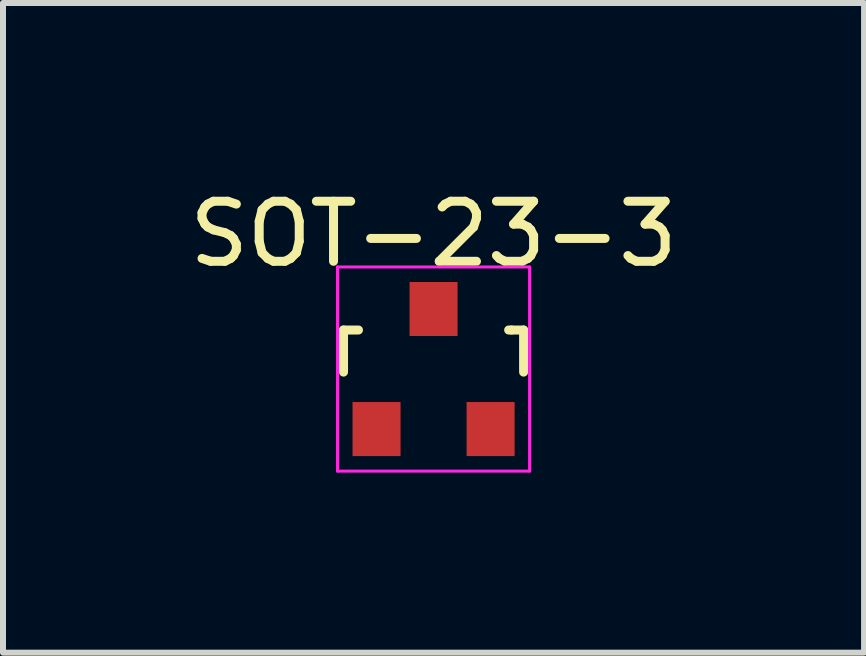
<source format=kicad_pcb>
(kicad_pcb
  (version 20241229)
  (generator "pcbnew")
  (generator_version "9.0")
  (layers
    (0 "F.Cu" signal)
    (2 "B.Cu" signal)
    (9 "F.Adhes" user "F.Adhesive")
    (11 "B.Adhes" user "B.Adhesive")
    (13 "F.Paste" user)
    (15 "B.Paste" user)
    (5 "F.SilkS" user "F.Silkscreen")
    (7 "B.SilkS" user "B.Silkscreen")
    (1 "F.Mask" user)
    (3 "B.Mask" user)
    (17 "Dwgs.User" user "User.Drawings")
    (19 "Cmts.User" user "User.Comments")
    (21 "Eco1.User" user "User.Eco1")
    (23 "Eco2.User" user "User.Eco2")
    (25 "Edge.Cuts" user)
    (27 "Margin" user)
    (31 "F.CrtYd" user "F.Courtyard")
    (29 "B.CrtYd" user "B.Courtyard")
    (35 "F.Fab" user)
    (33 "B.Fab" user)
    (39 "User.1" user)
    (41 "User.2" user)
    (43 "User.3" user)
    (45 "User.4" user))
  (footprint "SOT-23-3"
    (layer "F.Cu")
    (at 4.173 3.098)
    (property "Reference" "SOT-23-3" (at 0 -2.25 0) (layer "F.SilkS") (effects (font (size 1 1) (thickness 0.15))))
    (attr smd)
    (fp_line (start -1.5 -0.65) (end -1.251 -0.65) (stroke (width 0.15) (type solid)) (layer "F.SilkS"))
    (fp_line (start -1.5 0.051) (end -1.5 -0.65) (stroke (width 0.15) (type solid)) (layer "F.SilkS"))
    (fp_line (start 1.299 -0.65) (end 1.251 -0.65) (stroke (width 0.15) (type solid)) (layer "F.SilkS"))
    (fp_line (start 1.299 -0.65) (end 1.5 -0.65) (stroke (width 0.15) (type solid)) (layer "F.SilkS"))
    (fp_line (start 1.5 -0.65) (end 1.5 0.051) (stroke (width 0.15) (type solid)) (layer "F.SilkS"))
    (fp_line (start -1.6 -1.7) (end 1.6 -1.7) (stroke (width 0.05) (type solid)) (layer "F.CrtYd"))
    (fp_line (start -1.6 1.7) (end -1.6 -1.7) (stroke (width 0.05) (type solid)) (layer "F.CrtYd"))
    (fp_line (start 1.6 -1.7) (end 1.6 1.7) (stroke (width 0.05) (type solid)) (layer "F.CrtYd"))
    (fp_line (start 1.6 1.7) (end -1.6 1.7) (stroke (width 0.05) (type solid)) (layer "F.CrtYd"))
    (pad "1" smd rect (at -0.95 1) (size 0.8 0.9) (layers "F.Cu" "F.Mask" "F.Paste"))
    (pad "2" smd rect (at 0.95 1) (size 0.8 0.9) (layers "F.Cu" "F.Mask" "F.Paste"))
    (pad "3" smd rect (at 0 -1) (size 0.8 0.9) (layers "F.Cu" "F.Mask" "F.Paste")))
  (gr_rect
    (start -3 -3)
    (end 11.345 7.823)
    (stroke (width 0.1) (type default))
    (fill no)
    (layer "Edge.Cuts")))
</source>
